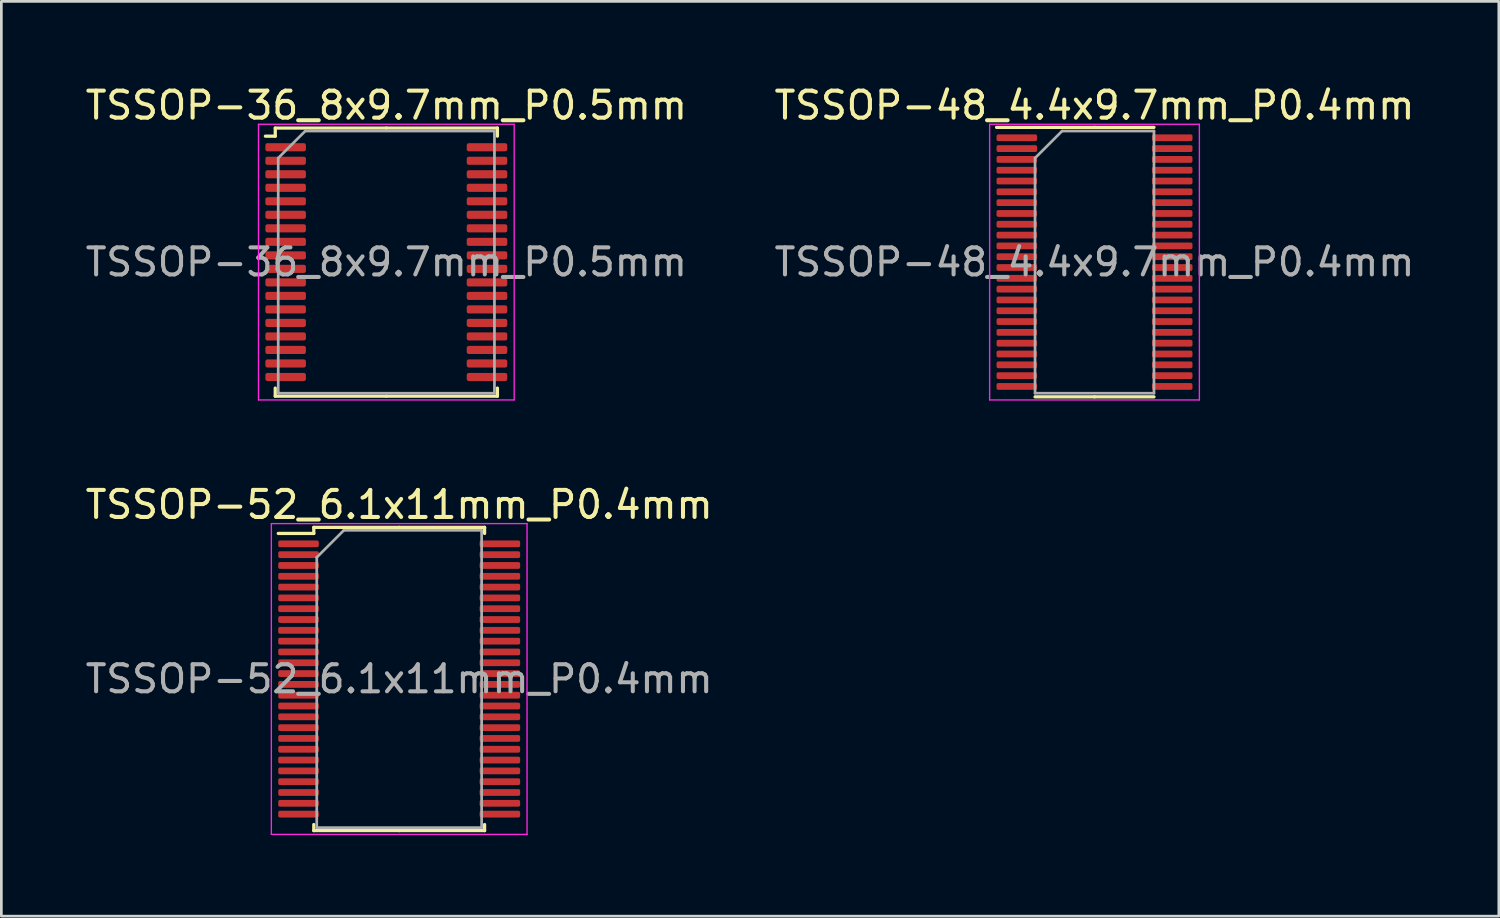
<source format=kicad_pcb>
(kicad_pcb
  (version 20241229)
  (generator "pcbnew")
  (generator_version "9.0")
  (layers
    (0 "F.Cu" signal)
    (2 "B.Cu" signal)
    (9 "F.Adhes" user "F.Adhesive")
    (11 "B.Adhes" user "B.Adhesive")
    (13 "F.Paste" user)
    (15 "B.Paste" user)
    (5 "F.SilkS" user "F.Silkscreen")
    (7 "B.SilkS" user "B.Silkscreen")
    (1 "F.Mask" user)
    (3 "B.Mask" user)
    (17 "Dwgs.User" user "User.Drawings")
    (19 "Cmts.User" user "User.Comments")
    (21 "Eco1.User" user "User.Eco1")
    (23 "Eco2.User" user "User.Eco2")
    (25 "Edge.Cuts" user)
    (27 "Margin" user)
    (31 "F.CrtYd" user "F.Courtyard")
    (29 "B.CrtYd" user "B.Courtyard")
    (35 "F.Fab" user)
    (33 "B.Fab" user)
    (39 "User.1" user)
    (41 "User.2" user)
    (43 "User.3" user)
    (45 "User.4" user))
  (footprint "TSSOP-48_4.4x9.7mm_P0.4mm"
    (layer "F.Cu")
    (at 37.446 6.648)
    (property "Reference" "TSSOP-48_4.4x9.7mm_P0.4mm" (at 0 -5.8 0) (layer "F.SilkS") (effects (font (size 1 1) (thickness 0.15))))
    (attr smd)
    (fp_line (start 0 -4.985) (end -3.625 -4.985) (stroke (width 0.12) (type solid)) (layer "F.SilkS"))
    (fp_line (start 0 -4.985) (end 2.2 -4.985) (stroke (width 0.12) (type solid)) (layer "F.SilkS"))
    (fp_line (start 0 4.985) (end -2.2 4.985) (stroke (width 0.12) (type solid)) (layer "F.SilkS"))
    (fp_line (start 0 4.985) (end 2.2 4.985) (stroke (width 0.12) (type solid)) (layer "F.SilkS"))
    (fp_line (start -3.88 -5.1) (end -3.88 5.1) (stroke (width 0.05) (type solid)) (layer "F.CrtYd"))
    (fp_line (start -3.88 5.1) (end 3.88 5.1) (stroke (width 0.05) (type solid)) (layer "F.CrtYd"))
    (fp_line (start 3.88 -5.1) (end -3.88 -5.1) (stroke (width 0.05) (type solid)) (layer "F.CrtYd"))
    (fp_line (start 3.88 5.1) (end 3.88 -5.1) (stroke (width 0.05) (type solid)) (layer "F.CrtYd"))
    (fp_line (start -2.2 -3.85) (end -1.2 -4.85) (stroke (width 0.1) (type solid)) (layer "F.Fab"))
    (fp_line (start -2.2 4.85) (end -2.2 -3.85) (stroke (width 0.1) (type solid)) (layer "F.Fab"))
    (fp_line (start -1.2 -4.85) (end 2.2 -4.85) (stroke (width 0.1) (type solid)) (layer "F.Fab"))
    (fp_line (start 2.2 -4.85) (end 2.2 4.85) (stroke (width 0.1) (type solid)) (layer "F.Fab"))
    (fp_line (start 2.2 4.85) (end -2.2 4.85) (stroke (width 0.1) (type solid)) (layer "F.Fab"))
    (fp_text user "${REFERENCE}" (at 0 0 0) (layer "F.Fab") (effects (font (size 1 1) (thickness 0.15))))
    (pad "1" smd roundrect (at -2.875 -4.6) (size 1.5 0.25) (layers "F.Cu" "F.Mask" "F.Paste") (roundrect_rratio 0.25))
    (pad "2" smd roundrect (at -2.875 -4.2) (size 1.5 0.25) (layers "F.Cu" "F.Mask" "F.Paste") (roundrect_rratio 0.25))
    (pad "3" smd roundrect (at -2.875 -3.8) (size 1.5 0.25) (layers "F.Cu" "F.Mask" "F.Paste") (roundrect_rratio 0.25))
    (pad "4" smd roundrect (at -2.875 -3.4) (size 1.5 0.25) (layers "F.Cu" "F.Mask" "F.Paste") (roundrect_rratio 0.25))
    (pad "5" smd roundrect (at -2.875 -3) (size 1.5 0.25) (layers "F.Cu" "F.Mask" "F.Paste") (roundrect_rratio 0.25))
    (pad "6" smd roundrect (at -2.875 -2.6) (size 1.5 0.25) (layers "F.Cu" "F.Mask" "F.Paste") (roundrect_rratio 0.25))
    (pad "7" smd roundrect (at -2.875 -2.2) (size 1.5 0.25) (layers "F.Cu" "F.Mask" "F.Paste") (roundrect_rratio 0.25))
    (pad "8" smd roundrect (at -2.875 -1.8) (size 1.5 0.25) (layers "F.Cu" "F.Mask" "F.Paste") (roundrect_rratio 0.25))
    (pad "9" smd roundrect (at -2.875 -1.4) (size 1.5 0.25) (layers "F.Cu" "F.Mask" "F.Paste") (roundrect_rratio 0.25))
    (pad "10" smd roundrect (at -2.875 -1) (size 1.5 0.25) (layers "F.Cu" "F.Mask" "F.Paste") (roundrect_rratio 0.25))
    (pad "11" smd roundrect (at -2.875 -0.6) (size 1.5 0.25) (layers "F.Cu" "F.Mask" "F.Paste") (roundrect_rratio 0.25))
    (pad "12" smd roundrect (at -2.875 -0.2) (size 1.5 0.25) (layers "F.Cu" "F.Mask" "F.Paste") (roundrect_rratio 0.25))
    (pad "13" smd roundrect (at -2.875 0.2) (size 1.5 0.25) (layers "F.Cu" "F.Mask" "F.Paste") (roundrect_rratio 0.25))
    (pad "14" smd roundrect (at -2.875 0.6) (size 1.5 0.25) (layers "F.Cu" "F.Mask" "F.Paste") (roundrect_rratio 0.25))
    (pad "15" smd roundrect (at -2.875 1) (size 1.5 0.25) (layers "F.Cu" "F.Mask" "F.Paste") (roundrect_rratio 0.25))
    (pad "16" smd roundrect (at -2.875 1.4) (size 1.5 0.25) (layers "F.Cu" "F.Mask" "F.Paste") (roundrect_rratio 0.25))
    (pad "17" smd roundrect (at -2.875 1.8) (size 1.5 0.25) (layers "F.Cu" "F.Mask" "F.Paste") (roundrect_rratio 0.25))
    (pad "18" smd roundrect (at -2.875 2.2) (size 1.5 0.25) (layers "F.Cu" "F.Mask" "F.Paste") (roundrect_rratio 0.25))
    (pad "19" smd roundrect (at -2.875 2.6) (size 1.5 0.25) (layers "F.Cu" "F.Mask" "F.Paste") (roundrect_rratio 0.25))
    (pad "20" smd roundrect (at -2.875 3) (size 1.5 0.25) (layers "F.Cu" "F.Mask" "F.Paste") (roundrect_rratio 0.25))
    (pad "21" smd roundrect (at -2.875 3.4) (size 1.5 0.25) (layers "F.Cu" "F.Mask" "F.Paste") (roundrect_rratio 0.25))
    (pad "22" smd roundrect (at -2.875 3.8) (size 1.5 0.25) (layers "F.Cu" "F.Mask" "F.Paste") (roundrect_rratio 0.25))
    (pad "23" smd roundrect (at -2.875 4.2) (size 1.5 0.25) (layers "F.Cu" "F.Mask" "F.Paste") (roundrect_rratio 0.25))
    (pad "24" smd roundrect (at -2.875 4.6) (size 1.5 0.25) (layers "F.Cu" "F.Mask" "F.Paste") (roundrect_rratio 0.25))
    (pad "25" smd roundrect (at 2.875 4.6) (size 1.5 0.25) (layers "F.Cu" "F.Mask" "F.Paste") (roundrect_rratio 0.25))
    (pad "26" smd roundrect (at 2.875 4.2) (size 1.5 0.25) (layers "F.Cu" "F.Mask" "F.Paste") (roundrect_rratio 0.25))
    (pad "27" smd roundrect (at 2.875 3.8) (size 1.5 0.25) (layers "F.Cu" "F.Mask" "F.Paste") (roundrect_rratio 0.25))
    (pad "28" smd roundrect (at 2.875 3.4) (size 1.5 0.25) (layers "F.Cu" "F.Mask" "F.Paste") (roundrect_rratio 0.25))
    (pad "29" smd roundrect (at 2.875 3) (size 1.5 0.25) (layers "F.Cu" "F.Mask" "F.Paste") (roundrect_rratio 0.25))
    (pad "30" smd roundrect (at 2.875 2.6) (size 1.5 0.25) (layers "F.Cu" "F.Mask" "F.Paste") (roundrect_rratio 0.25))
    (pad "31" smd roundrect (at 2.875 2.2) (size 1.5 0.25) (layers "F.Cu" "F.Mask" "F.Paste") (roundrect_rratio 0.25))
    (pad "32" smd roundrect (at 2.875 1.8) (size 1.5 0.25) (layers "F.Cu" "F.Mask" "F.Paste") (roundrect_rratio 0.25))
    (pad "33" smd roundrect (at 2.875 1.4) (size 1.5 0.25) (layers "F.Cu" "F.Mask" "F.Paste") (roundrect_rratio 0.25))
    (pad "34" smd roundrect (at 2.875 1) (size 1.5 0.25) (layers "F.Cu" "F.Mask" "F.Paste") (roundrect_rratio 0.25))
    (pad "35" smd roundrect (at 2.875 0.6) (size 1.5 0.25) (layers "F.Cu" "F.Mask" "F.Paste") (roundrect_rratio 0.25))
    (pad "36" smd roundrect (at 2.875 0.2) (size 1.5 0.25) (layers "F.Cu" "F.Mask" "F.Paste") (roundrect_rratio 0.25))
    (pad "37" smd roundrect (at 2.875 -0.2) (size 1.5 0.25) (layers "F.Cu" "F.Mask" "F.Paste") (roundrect_rratio 0.25))
    (pad "38" smd roundrect (at 2.875 -0.6) (size 1.5 0.25) (layers "F.Cu" "F.Mask" "F.Paste") (roundrect_rratio 0.25))
    (pad "39" smd roundrect (at 2.875 -1) (size 1.5 0.25) (layers "F.Cu" "F.Mask" "F.Paste") (roundrect_rratio 0.25))
    (pad "40" smd roundrect (at 2.875 -1.4) (size 1.5 0.25) (layers "F.Cu" "F.Mask" "F.Paste") (roundrect_rratio 0.25))
    (pad "41" smd roundrect (at 2.875 -1.8) (size 1.5 0.25) (layers "F.Cu" "F.Mask" "F.Paste") (roundrect_rratio 0.25))
    (pad "42" smd roundrect (at 2.875 -2.2) (size 1.5 0.25) (layers "F.Cu" "F.Mask" "F.Paste") (roundrect_rratio 0.25))
    (pad "43" smd roundrect (at 2.875 -2.6) (size 1.5 0.25) (layers "F.Cu" "F.Mask" "F.Paste") (roundrect_rratio 0.25))
    (pad "44" smd roundrect (at 2.875 -3) (size 1.5 0.25) (layers "F.Cu" "F.Mask" "F.Paste") (roundrect_rratio 0.25))
    (pad "45" smd roundrect (at 2.875 -3.4) (size 1.5 0.25) (layers "F.Cu" "F.Mask" "F.Paste") (roundrect_rratio 0.25))
    (pad "46" smd roundrect (at 2.875 -3.8) (size 1.5 0.25) (layers "F.Cu" "F.Mask" "F.Paste") (roundrect_rratio 0.25))
    (pad "47" smd roundrect (at 2.875 -4.2) (size 1.5 0.25) (layers "F.Cu" "F.Mask" "F.Paste") (roundrect_rratio 0.25))
    (pad "48" smd roundrect (at 2.875 -4.6) (size 1.5 0.25) (layers "F.Cu" "F.Mask" "F.Paste") (roundrect_rratio 0.25)))
  (footprint "TSSOP-36_8x9.7mm_P0.5mm"
    (layer "F.Cu")
    (at 11.244 6.648)
    (property "Reference" "TSSOP-36_8x9.7mm_P0.5mm" (at 0 -5.8 0) (layer "F.SilkS") (effects (font (size 1 1) (thickness 0.15))))
    (attr smd)
    (fp_line (start -4.11 -4.96) (end -4.11 -4.66) (stroke (width 0.12) (type solid)) (layer "F.SilkS"))
    (fp_line (start -4.11 -4.66) (end -4.475 -4.66) (stroke (width 0.12) (type solid)) (layer "F.SilkS"))
    (fp_line (start -4.11 4.96) (end -4.11 4.66) (stroke (width 0.12) (type solid)) (layer "F.SilkS"))
    (fp_line (start 0 -4.96) (end -4.11 -4.96) (stroke (width 0.12) (type solid)) (layer "F.SilkS"))
    (fp_line (start 0 -4.96) (end 4.11 -4.96) (stroke (width 0.12) (type solid)) (layer "F.SilkS"))
    (fp_line (start 0 4.96) (end -4.11 4.96) (stroke (width 0.12) (type solid)) (layer "F.SilkS"))
    (fp_line (start 0 4.96) (end 4.11 4.96) (stroke (width 0.12) (type solid)) (layer "F.SilkS"))
    (fp_line (start 4.11 -4.96) (end 4.11 -4.66) (stroke (width 0.12) (type solid)) (layer "F.SilkS"))
    (fp_line (start 4.11 4.96) (end 4.11 4.66) (stroke (width 0.12) (type solid)) (layer "F.SilkS"))
    (fp_line (start -4.73 -5.1) (end -4.73 5.1) (stroke (width 0.05) (type solid)) (layer "F.CrtYd"))
    (fp_line (start -4.73 5.1) (end 4.73 5.1) (stroke (width 0.05) (type solid)) (layer "F.CrtYd"))
    (fp_line (start 4.73 -5.1) (end -4.73 -5.1) (stroke (width 0.05) (type solid)) (layer "F.CrtYd"))
    (fp_line (start 4.73 5.1) (end 4.73 -5.1) (stroke (width 0.05) (type solid)) (layer "F.CrtYd"))
    (fp_line (start -4 -3.85) (end -3 -4.85) (stroke (width 0.1) (type solid)) (layer "F.Fab"))
    (fp_line (start -4 4.85) (end -4 -3.85) (stroke (width 0.1) (type solid)) (layer "F.Fab"))
    (fp_line (start -3 -4.85) (end 4 -4.85) (stroke (width 0.1) (type solid)) (layer "F.Fab"))
    (fp_line (start 4 -4.85) (end 4 4.85) (stroke (width 0.1) (type solid)) (layer "F.Fab"))
    (fp_line (start 4 4.85) (end -4 4.85) (stroke (width 0.1) (type solid)) (layer "F.Fab"))
    (fp_text user "${REFERENCE}" (at 0 0 0) (layer "F.Fab") (effects (font (size 1 1) (thickness 0.15))))
    (pad "1" smd roundrect (at -3.725 -4.25) (size 1.5 0.3) (layers "F.Cu" "F.Mask" "F.Paste") (roundrect_rratio 0.25))
    (pad "2" smd roundrect (at -3.725 -3.75) (size 1.5 0.3) (layers "F.Cu" "F.Mask" "F.Paste") (roundrect_rratio 0.25))
    (pad "3" smd roundrect (at -3.725 -3.25) (size 1.5 0.3) (layers "F.Cu" "F.Mask" "F.Paste") (roundrect_rratio 0.25))
    (pad "4" smd roundrect (at -3.725 -2.75) (size 1.5 0.3) (layers "F.Cu" "F.Mask" "F.Paste") (roundrect_rratio 0.25))
    (pad "5" smd roundrect (at -3.725 -2.25) (size 1.5 0.3) (layers "F.Cu" "F.Mask" "F.Paste") (roundrect_rratio 0.25))
    (pad "6" smd roundrect (at -3.725 -1.75) (size 1.5 0.3) (layers "F.Cu" "F.Mask" "F.Paste") (roundrect_rratio 0.25))
    (pad "7" smd roundrect (at -3.725 -1.25) (size 1.5 0.3) (layers "F.Cu" "F.Mask" "F.Paste") (roundrect_rratio 0.25))
    (pad "8" smd roundrect (at -3.725 -0.75) (size 1.5 0.3) (layers "F.Cu" "F.Mask" "F.Paste") (roundrect_rratio 0.25))
    (pad "9" smd roundrect (at -3.725 -0.25) (size 1.5 0.3) (layers "F.Cu" "F.Mask" "F.Paste") (roundrect_rratio 0.25))
    (pad "10" smd roundrect (at -3.725 0.25) (size 1.5 0.3) (layers "F.Cu" "F.Mask" "F.Paste") (roundrect_rratio 0.25))
    (pad "11" smd roundrect (at -3.725 0.75) (size 1.5 0.3) (layers "F.Cu" "F.Mask" "F.Paste") (roundrect_rratio 0.25))
    (pad "12" smd roundrect (at -3.725 1.25) (size 1.5 0.3) (layers "F.Cu" "F.Mask" "F.Paste") (roundrect_rratio 0.25))
    (pad "13" smd roundrect (at -3.725 1.75) (size 1.5 0.3) (layers "F.Cu" "F.Mask" "F.Paste") (roundrect_rratio 0.25))
    (pad "14" smd roundrect (at -3.725 2.25) (size 1.5 0.3) (layers "F.Cu" "F.Mask" "F.Paste") (roundrect_rratio 0.25))
    (pad "15" smd roundrect (at -3.725 2.75) (size 1.5 0.3) (layers "F.Cu" "F.Mask" "F.Paste") (roundrect_rratio 0.25))
    (pad "16" smd roundrect (at -3.725 3.25) (size 1.5 0.3) (layers "F.Cu" "F.Mask" "F.Paste") (roundrect_rratio 0.25))
    (pad "17" smd roundrect (at -3.725 3.75) (size 1.5 0.3) (layers "F.Cu" "F.Mask" "F.Paste") (roundrect_rratio 0.25))
    (pad "18" smd roundrect (at -3.725 4.25) (size 1.5 0.3) (layers "F.Cu" "F.Mask" "F.Paste") (roundrect_rratio 0.25))
    (pad "19" smd roundrect (at 3.725 4.25) (size 1.5 0.3) (layers "F.Cu" "F.Mask" "F.Paste") (roundrect_rratio 0.25))
    (pad "20" smd roundrect (at 3.725 3.75) (size 1.5 0.3) (layers "F.Cu" "F.Mask" "F.Paste") (roundrect_rratio 0.25))
    (pad "21" smd roundrect (at 3.725 3.25) (size 1.5 0.3) (layers "F.Cu" "F.Mask" "F.Paste") (roundrect_rratio 0.25))
    (pad "22" smd roundrect (at 3.725 2.75) (size 1.5 0.3) (layers "F.Cu" "F.Mask" "F.Paste") (roundrect_rratio 0.25))
    (pad "23" smd roundrect (at 3.725 2.25) (size 1.5 0.3) (layers "F.Cu" "F.Mask" "F.Paste") (roundrect_rratio 0.25))
    (pad "24" smd roundrect (at 3.725 1.75) (size 1.5 0.3) (layers "F.Cu" "F.Mask" "F.Paste") (roundrect_rratio 0.25))
    (pad "25" smd roundrect (at 3.725 1.25) (size 1.5 0.3) (layers "F.Cu" "F.Mask" "F.Paste") (roundrect_rratio 0.25))
    (pad "26" smd roundrect (at 3.725 0.75) (size 1.5 0.3) (layers "F.Cu" "F.Mask" "F.Paste") (roundrect_rratio 0.25))
    (pad "27" smd roundrect (at 3.725 0.25) (size 1.5 0.3) (layers "F.Cu" "F.Mask" "F.Paste") (roundrect_rratio 0.25))
    (pad "28" smd roundrect (at 3.725 -0.25) (size 1.5 0.3) (layers "F.Cu" "F.Mask" "F.Paste") (roundrect_rratio 0.25))
    (pad "29" smd roundrect (at 3.725 -0.75) (size 1.5 0.3) (layers "F.Cu" "F.Mask" "F.Paste") (roundrect_rratio 0.25))
    (pad "30" smd roundrect (at 3.725 -1.25) (size 1.5 0.3) (layers "F.Cu" "F.Mask" "F.Paste") (roundrect_rratio 0.25))
    (pad "31" smd roundrect (at 3.725 -1.75) (size 1.5 0.3) (layers "F.Cu" "F.Mask" "F.Paste") (roundrect_rratio 0.25))
    (pad "32" smd roundrect (at 3.725 -2.25) (size 1.5 0.3) (layers "F.Cu" "F.Mask" "F.Paste") (roundrect_rratio 0.25))
    (pad "33" smd roundrect (at 3.725 -2.75) (size 1.5 0.3) (layers "F.Cu" "F.Mask" "F.Paste") (roundrect_rratio 0.25))
    (pad "34" smd roundrect (at 3.725 -3.25) (size 1.5 0.3) (layers "F.Cu" "F.Mask" "F.Paste") (roundrect_rratio 0.25))
    (pad "35" smd roundrect (at 3.725 -3.75) (size 1.5 0.3) (layers "F.Cu" "F.Mask" "F.Paste") (roundrect_rratio 0.25))
    (pad "36" smd roundrect (at 3.725 -4.25) (size 1.5 0.3) (layers "F.Cu" "F.Mask" "F.Paste") (roundrect_rratio 0.25)))
  (footprint "TSSOP-52_6.1x11mm_P0.4mm"
    (layer "F.Cu")
    (at 11.72 22.072)
    (property "Reference" "TSSOP-52_6.1x11mm_P0.4mm" (at 0 -6.45 0) (layer "F.SilkS") (effects (font (size 1 1) (thickness 0.15))))
    (attr smd)
    (fp_line (start -3.16 -5.61) (end -3.16 -5.385) (stroke (width 0.12) (type solid)) (layer "F.SilkS"))
    (fp_line (start -3.16 -5.385) (end -4.475 -5.385) (stroke (width 0.12) (type solid)) (layer "F.SilkS"))
    (fp_line (start -3.16 5.61) (end -3.16 5.385) (stroke (width 0.12) (type solid)) (layer "F.SilkS"))
    (fp_line (start 0 -5.61) (end -3.16 -5.61) (stroke (width 0.12) (type solid)) (layer "F.SilkS"))
    (fp_line (start 0 -5.61) (end 3.16 -5.61) (stroke (width 0.12) (type solid)) (layer "F.SilkS"))
    (fp_line (start 0 5.61) (end -3.16 5.61) (stroke (width 0.12) (type solid)) (layer "F.SilkS"))
    (fp_line (start 0 5.61) (end 3.16 5.61) (stroke (width 0.12) (type solid)) (layer "F.SilkS"))
    (fp_line (start 3.16 -5.61) (end 3.16 -5.385) (stroke (width 0.12) (type solid)) (layer "F.SilkS"))
    (fp_line (start 3.16 5.61) (end 3.16 5.385) (stroke (width 0.12) (type solid)) (layer "F.SilkS"))
    (fp_line (start -4.73 -5.75) (end -4.73 5.75) (stroke (width 0.05) (type solid)) (layer "F.CrtYd"))
    (fp_line (start -4.73 5.75) (end 4.73 5.75) (stroke (width 0.05) (type solid)) (layer "F.CrtYd"))
    (fp_line (start 4.73 -5.75) (end -4.73 -5.75) (stroke (width 0.05) (type solid)) (layer "F.CrtYd"))
    (fp_line (start 4.73 5.75) (end 4.73 -5.75) (stroke (width 0.05) (type solid)) (layer "F.CrtYd"))
    (fp_line (start -3.05 -4.5) (end -2.05 -5.5) (stroke (width 0.1) (type solid)) (layer "F.Fab"))
    (fp_line (start -3.05 5.5) (end -3.05 -4.5) (stroke (width 0.1) (type solid)) (layer "F.Fab"))
    (fp_line (start -2.05 -5.5) (end 3.05 -5.5) (stroke (width 0.1) (type solid)) (layer "F.Fab"))
    (fp_line (start 3.05 -5.5) (end 3.05 5.5) (stroke (width 0.1) (type solid)) (layer "F.Fab"))
    (fp_line (start 3.05 5.5) (end -3.05 5.5) (stroke (width 0.1) (type solid)) (layer "F.Fab"))
    (fp_text user "${REFERENCE}" (at 0 0 0) (layer "F.Fab") (effects (font (size 1 1) (thickness 0.15))))
    (pad "1" smd roundrect (at -3.725 -5) (size 1.5 0.25) (layers "F.Cu" "F.Mask" "F.Paste") (roundrect_rratio 0.25))
    (pad "2" smd roundrect (at -3.725 -4.6) (size 1.5 0.25) (layers "F.Cu" "F.Mask" "F.Paste") (roundrect_rratio 0.25))
    (pad "3" smd roundrect (at -3.725 -4.2) (size 1.5 0.25) (layers "F.Cu" "F.Mask" "F.Paste") (roundrect_rratio 0.25))
    (pad "4" smd roundrect (at -3.725 -3.8) (size 1.5 0.25) (layers "F.Cu" "F.Mask" "F.Paste") (roundrect_rratio 0.25))
    (pad "5" smd roundrect (at -3.725 -3.4) (size 1.5 0.25) (layers "F.Cu" "F.Mask" "F.Paste") (roundrect_rratio 0.25))
    (pad "6" smd roundrect (at -3.725 -3) (size 1.5 0.25) (layers "F.Cu" "F.Mask" "F.Paste") (roundrect_rratio 0.25))
    (pad "7" smd roundrect (at -3.725 -2.6) (size 1.5 0.25) (layers "F.Cu" "F.Mask" "F.Paste") (roundrect_rratio 0.25))
    (pad "8" smd roundrect (at -3.725 -2.2) (size 1.5 0.25) (layers "F.Cu" "F.Mask" "F.Paste") (roundrect_rratio 0.25))
    (pad "9" smd roundrect (at -3.725 -1.8) (size 1.5 0.25) (layers "F.Cu" "F.Mask" "F.Paste") (roundrect_rratio 0.25))
    (pad "10" smd roundrect (at -3.725 -1.4) (size 1.5 0.25) (layers "F.Cu" "F.Mask" "F.Paste") (roundrect_rratio 0.25))
    (pad "11" smd roundrect (at -3.725 -1) (size 1.5 0.25) (layers "F.Cu" "F.Mask" "F.Paste") (roundrect_rratio 0.25))
    (pad "12" smd roundrect (at -3.725 -0.6) (size 1.5 0.25) (layers "F.Cu" "F.Mask" "F.Paste") (roundrect_rratio 0.25))
    (pad "13" smd roundrect (at -3.725 -0.2) (size 1.5 0.25) (layers "F.Cu" "F.Mask" "F.Paste") (roundrect_rratio 0.25))
    (pad "14" smd roundrect (at -3.725 0.2) (size 1.5 0.25) (layers "F.Cu" "F.Mask" "F.Paste") (roundrect_rratio 0.25))
    (pad "15" smd roundrect (at -3.725 0.6) (size 1.5 0.25) (layers "F.Cu" "F.Mask" "F.Paste") (roundrect_rratio 0.25))
    (pad "16" smd roundrect (at -3.725 1) (size 1.5 0.25) (layers "F.Cu" "F.Mask" "F.Paste") (roundrect_rratio 0.25))
    (pad "17" smd roundrect (at -3.725 1.4) (size 1.5 0.25) (layers "F.Cu" "F.Mask" "F.Paste") (roundrect_rratio 0.25))
    (pad "18" smd roundrect (at -3.725 1.8) (size 1.5 0.25) (layers "F.Cu" "F.Mask" "F.Paste") (roundrect_rratio 0.25))
    (pad "19" smd roundrect (at -3.725 2.2) (size 1.5 0.25) (layers "F.Cu" "F.Mask" "F.Paste") (roundrect_rratio 0.25))
    (pad "20" smd roundrect (at -3.725 2.6) (size 1.5 0.25) (layers "F.Cu" "F.Mask" "F.Paste") (roundrect_rratio 0.25))
    (pad "21" smd roundrect (at -3.725 3) (size 1.5 0.25) (layers "F.Cu" "F.Mask" "F.Paste") (roundrect_rratio 0.25))
    (pad "22" smd roundrect (at -3.725 3.4) (size 1.5 0.25) (layers "F.Cu" "F.Mask" "F.Paste") (roundrect_rratio 0.25))
    (pad "23" smd roundrect (at -3.725 3.8) (size 1.5 0.25) (layers "F.Cu" "F.Mask" "F.Paste") (roundrect_rratio 0.25))
    (pad "24" smd roundrect (at -3.725 4.2) (size 1.5 0.25) (layers "F.Cu" "F.Mask" "F.Paste") (roundrect_rratio 0.25))
    (pad "25" smd roundrect (at -3.725 4.6) (size 1.5 0.25) (layers "F.Cu" "F.Mask" "F.Paste") (roundrect_rratio 0.25))
    (pad "26" smd roundrect (at -3.725 5) (size 1.5 0.25) (layers "F.Cu" "F.Mask" "F.Paste") (roundrect_rratio 0.25))
    (pad "27" smd roundrect (at 3.725 5) (size 1.5 0.25) (layers "F.Cu" "F.Mask" "F.Paste") (roundrect_rratio 0.25))
    (pad "28" smd roundrect (at 3.725 4.6) (size 1.5 0.25) (layers "F.Cu" "F.Mask" "F.Paste") (roundrect_rratio 0.25))
    (pad "29" smd roundrect (at 3.725 4.2) (size 1.5 0.25) (layers "F.Cu" "F.Mask" "F.Paste") (roundrect_rratio 0.25))
    (pad "30" smd roundrect (at 3.725 3.8) (size 1.5 0.25) (layers "F.Cu" "F.Mask" "F.Paste") (roundrect_rratio 0.25))
    (pad "31" smd roundrect (at 3.725 3.4) (size 1.5 0.25) (layers "F.Cu" "F.Mask" "F.Paste") (roundrect_rratio 0.25))
    (pad "32" smd roundrect (at 3.725 3) (size 1.5 0.25) (layers "F.Cu" "F.Mask" "F.Paste") (roundrect_rratio 0.25))
    (pad "33" smd roundrect (at 3.725 2.6) (size 1.5 0.25) (layers "F.Cu" "F.Mask" "F.Paste") (roundrect_rratio 0.25))
    (pad "34" smd roundrect (at 3.725 2.2) (size 1.5 0.25) (layers "F.Cu" "F.Mask" "F.Paste") (roundrect_rratio 0.25))
    (pad "35" smd roundrect (at 3.725 1.8) (size 1.5 0.25) (layers "F.Cu" "F.Mask" "F.Paste") (roundrect_rratio 0.25))
    (pad "36" smd roundrect (at 3.725 1.4) (size 1.5 0.25) (layers "F.Cu" "F.Mask" "F.Paste") (roundrect_rratio 0.25))
    (pad "37" smd roundrect (at 3.725 1) (size 1.5 0.25) (layers "F.Cu" "F.Mask" "F.Paste") (roundrect_rratio 0.25))
    (pad "38" smd roundrect (at 3.725 0.6) (size 1.5 0.25) (layers "F.Cu" "F.Mask" "F.Paste") (roundrect_rratio 0.25))
    (pad "39" smd roundrect (at 3.725 0.2) (size 1.5 0.25) (layers "F.Cu" "F.Mask" "F.Paste") (roundrect_rratio 0.25))
    (pad "40" smd roundrect (at 3.725 -0.2) (size 1.5 0.25) (layers "F.Cu" "F.Mask" "F.Paste") (roundrect_rratio 0.25))
    (pad "41" smd roundrect (at 3.725 -0.6) (size 1.5 0.25) (layers "F.Cu" "F.Mask" "F.Paste") (roundrect_rratio 0.25))
    (pad "42" smd roundrect (at 3.725 -1) (size 1.5 0.25) (layers "F.Cu" "F.Mask" "F.Paste") (roundrect_rratio 0.25))
    (pad "43" smd roundrect (at 3.725 -1.4) (size 1.5 0.25) (layers "F.Cu" "F.Mask" "F.Paste") (roundrect_rratio 0.25))
    (pad "44" smd roundrect (at 3.725 -1.8) (size 1.5 0.25) (layers "F.Cu" "F.Mask" "F.Paste") (roundrect_rratio 0.25))
    (pad "45" smd roundrect (at 3.725 -2.2) (size 1.5 0.25) (layers "F.Cu" "F.Mask" "F.Paste") (roundrect_rratio 0.25))
    (pad "46" smd roundrect (at 3.725 -2.6) (size 1.5 0.25) (layers "F.Cu" "F.Mask" "F.Paste") (roundrect_rratio 0.25))
    (pad "47" smd roundrect (at 3.725 -3) (size 1.5 0.25) (layers "F.Cu" "F.Mask" "F.Paste") (roundrect_rratio 0.25))
    (pad "48" smd roundrect (at 3.725 -3.4) (size 1.5 0.25) (layers "F.Cu" "F.Mask" "F.Paste") (roundrect_rratio 0.25))
    (pad "49" smd roundrect (at 3.725 -3.8) (size 1.5 0.25) (layers "F.Cu" "F.Mask" "F.Paste") (roundrect_rratio 0.25))
    (pad "50" smd roundrect (at 3.725 -4.2) (size 1.5 0.25) (layers "F.Cu" "F.Mask" "F.Paste") (roundrect_rratio 0.25))
    (pad "51" smd roundrect (at 3.725 -4.6) (size 1.5 0.25) (layers "F.Cu" "F.Mask" "F.Paste") (roundrect_rratio 0.25))
    (pad "52" smd roundrect (at 3.725 -5) (size 1.5 0.25) (layers "F.Cu" "F.Mask" "F.Paste") (roundrect_rratio 0.25)))
  (gr_rect
    (start -3 -3)
    (end 52.405 30.846)
    (stroke (width 0.1) (type default))
    (fill no)
    (layer "Edge.Cuts")))
</source>
